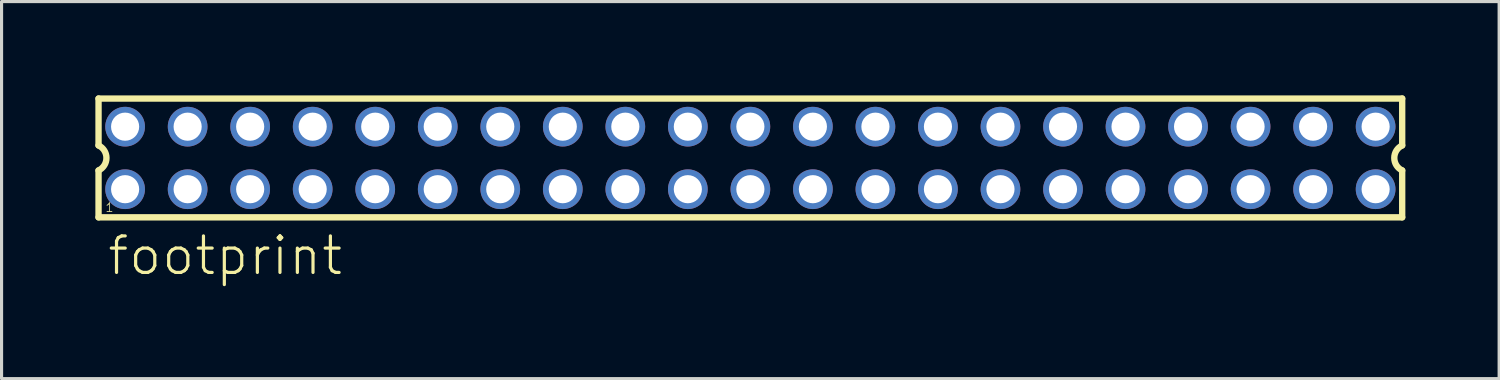
<source format=kicad_pcb>
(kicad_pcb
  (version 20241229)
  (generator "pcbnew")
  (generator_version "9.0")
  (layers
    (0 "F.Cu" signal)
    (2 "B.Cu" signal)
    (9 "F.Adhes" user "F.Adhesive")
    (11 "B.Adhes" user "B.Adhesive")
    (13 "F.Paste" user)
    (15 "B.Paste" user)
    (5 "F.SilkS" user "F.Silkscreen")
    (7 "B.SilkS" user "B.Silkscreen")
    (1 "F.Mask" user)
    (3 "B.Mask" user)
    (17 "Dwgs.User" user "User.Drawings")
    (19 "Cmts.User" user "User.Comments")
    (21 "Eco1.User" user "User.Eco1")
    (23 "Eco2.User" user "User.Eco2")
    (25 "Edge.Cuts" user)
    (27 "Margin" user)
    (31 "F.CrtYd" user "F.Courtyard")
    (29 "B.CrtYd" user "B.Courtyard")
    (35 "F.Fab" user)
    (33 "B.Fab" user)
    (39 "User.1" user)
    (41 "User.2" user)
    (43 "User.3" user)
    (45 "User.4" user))
  (footprint "footprint"
    (layer "F.Cu")
    (at 20.952 2.002)
    (property "Reference" "footprint" (at -20.62 3.81 0) (layer "F.SilkS") (effects (font (size 1.168 1.168) (thickness 0.102)) (justify left bottom)))
    (fp_line (start -20.85 -1.9) (end -20.85 -0.4) (stroke (width 0.203) (type solid)) (layer "F.SilkS"))
    (fp_line (start -20.85 0.4) (end -20.85 1.9) (stroke (width 0.203) (type solid)) (layer "F.SilkS"))
    (fp_line (start -20.85 1.9) (end 20.85 1.9) (stroke (width 0.203) (type solid)) (layer "F.SilkS"))
    (fp_line (start 20.85 -1.9) (end -20.85 -1.9) (stroke (width 0.203) (type solid)) (layer "F.SilkS"))
    (fp_line (start 20.85 -0.4) (end 20.85 -1.9) (stroke (width 0.203) (type solid)) (layer "F.SilkS"))
    (fp_line (start 20.85 1.9) (end 20.85 0.4) (stroke (width 0.203) (type solid)) (layer "F.SilkS"))
    (fp_arc (start -20.85 -0.4) (mid -20.597168 -0.000001) (end -20.849998 0.399999) (stroke (width 0.2032) (type solid)) (layer "F.SilkS"))
    (fp_arc (start 20.85 0.4) (mid 20.597168 0.000001) (end 20.849998 -0.399999) (stroke (width 0.2032) (type solid)) (layer "F.SilkS"))
    (fp_poly (pts (xy -20.25 -0.75) (xy -19.75 -0.75) (xy -19.75 -1.25) (xy -20.25 -1.25)) (stroke (width 0.1) (type solid)) (fill no) (layer "F.Fab"))
    (fp_poly (pts (xy -20.25 1.25) (xy -19.75 1.25) (xy -19.75 0.75) (xy -20.25 0.75)) (stroke (width 0.1) (type solid)) (fill no) (layer "F.Fab"))
    (fp_poly (pts (xy -18.25 -0.75) (xy -17.75 -0.75) (xy -17.75 -1.25) (xy -18.25 -1.25)) (stroke (width 0.1) (type solid)) (fill no) (layer "F.Fab"))
    (fp_poly (pts (xy -18.25 1.25) (xy -17.75 1.25) (xy -17.75 0.75) (xy -18.25 0.75)) (stroke (width 0.1) (type solid)) (fill no) (layer "F.Fab"))
    (fp_poly (pts (xy -16.25 -0.75) (xy -15.75 -0.75) (xy -15.75 -1.25) (xy -16.25 -1.25)) (stroke (width 0.1) (type solid)) (fill no) (layer "F.Fab"))
    (fp_poly (pts (xy -16.25 1.25) (xy -15.75 1.25) (xy -15.75 0.75) (xy -16.25 0.75)) (stroke (width 0.1) (type solid)) (fill no) (layer "F.Fab"))
    (fp_poly (pts (xy -14.25 -0.75) (xy -13.75 -0.75) (xy -13.75 -1.25) (xy -14.25 -1.25)) (stroke (width 0.1) (type solid)) (fill no) (layer "F.Fab"))
    (fp_poly (pts (xy -14.25 1.25) (xy -13.75 1.25) (xy -13.75 0.75) (xy -14.25 0.75)) (stroke (width 0.1) (type solid)) (fill no) (layer "F.Fab"))
    (fp_poly (pts (xy -12.25 -0.75) (xy -11.75 -0.75) (xy -11.75 -1.25) (xy -12.25 -1.25)) (stroke (width 0.1) (type solid)) (fill no) (layer "F.Fab"))
    (fp_poly (pts (xy -12.25 1.25) (xy -11.75 1.25) (xy -11.75 0.75) (xy -12.25 0.75)) (stroke (width 0.1) (type solid)) (fill no) (layer "F.Fab"))
    (fp_poly (pts (xy -10.25 -0.75) (xy -9.75 -0.75) (xy -9.75 -1.25) (xy -10.25 -1.25)) (stroke (width 0.1) (type solid)) (fill no) (layer "F.Fab"))
    (fp_poly (pts (xy -10.25 1.25) (xy -9.75 1.25) (xy -9.75 0.75) (xy -10.25 0.75)) (stroke (width 0.1) (type solid)) (fill no) (layer "F.Fab"))
    (fp_poly (pts (xy -8.25 -0.75) (xy -7.75 -0.75) (xy -7.75 -1.25) (xy -8.25 -1.25)) (stroke (width 0.1) (type solid)) (fill no) (layer "F.Fab"))
    (fp_poly (pts (xy -8.25 1.25) (xy -7.75 1.25) (xy -7.75 0.75) (xy -8.25 0.75)) (stroke (width 0.1) (type solid)) (fill no) (layer "F.Fab"))
    (fp_poly (pts (xy -6.25 -0.75) (xy -5.75 -0.75) (xy -5.75 -1.25) (xy -6.25 -1.25)) (stroke (width 0.1) (type solid)) (fill no) (layer "F.Fab"))
    (fp_poly (pts (xy -6.25 1.25) (xy -5.75 1.25) (xy -5.75 0.75) (xy -6.25 0.75)) (stroke (width 0.1) (type solid)) (fill no) (layer "F.Fab"))
    (fp_poly (pts (xy -4.25 -0.75) (xy -3.75 -0.75) (xy -3.75 -1.25) (xy -4.25 -1.25)) (stroke (width 0.1) (type solid)) (fill no) (layer "F.Fab"))
    (fp_poly (pts (xy -4.25 1.25) (xy -3.75 1.25) (xy -3.75 0.75) (xy -4.25 0.75)) (stroke (width 0.1) (type solid)) (fill no) (layer "F.Fab"))
    (fp_poly (pts (xy -2.25 -0.75) (xy -1.75 -0.75) (xy -1.75 -1.25) (xy -2.25 -1.25)) (stroke (width 0.1) (type solid)) (fill no) (layer "F.Fab"))
    (fp_poly (pts (xy -2.25 1.25) (xy -1.75 1.25) (xy -1.75 0.75) (xy -2.25 0.75)) (stroke (width 0.1) (type solid)) (fill no) (layer "F.Fab"))
    (fp_poly (pts (xy -0.25 -0.75) (xy 0.25 -0.75) (xy 0.25 -1.25) (xy -0.25 -1.25)) (stroke (width 0.1) (type solid)) (fill no) (layer "F.Fab"))
    (fp_poly (pts (xy -0.25 1.25) (xy 0.25 1.25) (xy 0.25 0.75) (xy -0.25 0.75)) (stroke (width 0.1) (type solid)) (fill no) (layer "F.Fab"))
    (fp_poly (pts (xy 1.75 -0.75) (xy 2.25 -0.75) (xy 2.25 -1.25) (xy 1.75 -1.25)) (stroke (width 0.1) (type solid)) (fill no) (layer "F.Fab"))
    (fp_poly (pts (xy 1.75 1.25) (xy 2.25 1.25) (xy 2.25 0.75) (xy 1.75 0.75)) (stroke (width 0.1) (type solid)) (fill no) (layer "F.Fab"))
    (fp_poly (pts (xy 3.75 -0.75) (xy 4.25 -0.75) (xy 4.25 -1.25) (xy 3.75 -1.25)) (stroke (width 0.1) (type solid)) (fill no) (layer "F.Fab"))
    (fp_poly (pts (xy 3.75 1.25) (xy 4.25 1.25) (xy 4.25 0.75) (xy 3.75 0.75)) (stroke (width 0.1) (type solid)) (fill no) (layer "F.Fab"))
    (fp_poly (pts (xy 5.75 -0.75) (xy 6.25 -0.75) (xy 6.25 -1.25) (xy 5.75 -1.25)) (stroke (width 0.1) (type solid)) (fill no) (layer "F.Fab"))
    (fp_poly (pts (xy 5.75 1.25) (xy 6.25 1.25) (xy 6.25 0.75) (xy 5.75 0.75)) (stroke (width 0.1) (type solid)) (fill no) (layer "F.Fab"))
    (fp_poly (pts (xy 7.75 -0.75) (xy 8.25 -0.75) (xy 8.25 -1.25) (xy 7.75 -1.25)) (stroke (width 0.1) (type solid)) (fill no) (layer "F.Fab"))
    (fp_poly (pts (xy 7.75 1.25) (xy 8.25 1.25) (xy 8.25 0.75) (xy 7.75 0.75)) (stroke (width 0.1) (type solid)) (fill no) (layer "F.Fab"))
    (fp_poly (pts (xy 9.75 -0.75) (xy 10.25 -0.75) (xy 10.25 -1.25) (xy 9.75 -1.25)) (stroke (width 0.1) (type solid)) (fill no) (layer "F.Fab"))
    (fp_poly (pts (xy 9.75 1.25) (xy 10.25 1.25) (xy 10.25 0.75) (xy 9.75 0.75)) (stroke (width 0.1) (type solid)) (fill no) (layer "F.Fab"))
    (fp_poly (pts (xy 11.75 -0.75) (xy 12.25 -0.75) (xy 12.25 -1.25) (xy 11.75 -1.25)) (stroke (width 0.1) (type solid)) (fill no) (layer "F.Fab"))
    (fp_poly (pts (xy 11.75 1.25) (xy 12.25 1.25) (xy 12.25 0.75) (xy 11.75 0.75)) (stroke (width 0.1) (type solid)) (fill no) (layer "F.Fab"))
    (fp_poly (pts (xy 13.75 -0.75) (xy 14.25 -0.75) (xy 14.25 -1.25) (xy 13.75 -1.25)) (stroke (width 0.1) (type solid)) (fill no) (layer "F.Fab"))
    (fp_poly (pts (xy 13.75 1.25) (xy 14.25 1.25) (xy 14.25 0.75) (xy 13.75 0.75)) (stroke (width 0.1) (type solid)) (fill no) (layer "F.Fab"))
    (fp_poly (pts (xy 15.75 -0.75) (xy 16.25 -0.75) (xy 16.25 -1.25) (xy 15.75 -1.25)) (stroke (width 0.1) (type solid)) (fill no) (layer "F.Fab"))
    (fp_poly (pts (xy 15.75 1.25) (xy 16.25 1.25) (xy 16.25 0.75) (xy 15.75 0.75)) (stroke (width 0.1) (type solid)) (fill no) (layer "F.Fab"))
    (fp_poly (pts (xy 17.75 -0.75) (xy 18.25 -0.75) (xy 18.25 -1.25) (xy 17.75 -1.25)) (stroke (width 0.1) (type solid)) (fill no) (layer "F.Fab"))
    (fp_poly (pts (xy 17.75 1.25) (xy 18.25 1.25) (xy 18.25 0.75) (xy 17.75 0.75)) (stroke (width 0.1) (type solid)) (fill no) (layer "F.Fab"))
    (fp_poly (pts (xy 19.75 -0.75) (xy 20.25 -0.75) (xy 20.25 -1.25) (xy 19.75 -1.25)) (stroke (width 0.1) (type solid)) (fill no) (layer "F.Fab"))
    (fp_poly (pts (xy 19.75 1.25) (xy 20.25 1.25) (xy 20.25 0.75) (xy 19.75 0.75)) (stroke (width 0.1) (type solid)) (fill no) (layer "F.Fab"))
    (fp_text user "1" (at -20.65 1.75 0) (layer "F.SilkS") (effects (font (size 0.28 0.28) (thickness 0.024)) (justify left bottom)))
    (pad "1" thru_hole circle (at -20 1) (size 1.27 1.27) (drill 0.9) (layers "*.Cu" "*.Mask"))
    (pad "2" thru_hole circle (at -20 -1) (size 1.27 1.27) (drill 0.9) (layers "*.Cu" "*.Mask"))
    (pad "3" thru_hole circle (at -18 1) (size 1.27 1.27) (drill 0.9) (layers "*.Cu" "*.Mask"))
    (pad "4" thru_hole circle (at -18 -1) (size 1.27 1.27) (drill 0.9) (layers "*.Cu" "*.Mask"))
    (pad "5" thru_hole circle (at -16 1) (size 1.27 1.27) (drill 0.9) (layers "*.Cu" "*.Mask"))
    (pad "6" thru_hole circle (at -16 -1) (size 1.27 1.27) (drill 0.9) (layers "*.Cu" "*.Mask"))
    (pad "7" thru_hole circle (at -14 1) (size 1.27 1.27) (drill 0.9) (layers "*.Cu" "*.Mask"))
    (pad "8" thru_hole circle (at -14 -1) (size 1.27 1.27) (drill 0.9) (layers "*.Cu" "*.Mask"))
    (pad "9" thru_hole circle (at -12 1) (size 1.27 1.27) (drill 0.9) (layers "*.Cu" "*.Mask"))
    (pad "10" thru_hole circle (at -12 -1) (size 1.27 1.27) (drill 0.9) (layers "*.Cu" "*.Mask"))
    (pad "11" thru_hole circle (at -10 1) (size 1.27 1.27) (drill 0.9) (layers "*.Cu" "*.Mask"))
    (pad "12" thru_hole circle (at -10 -1) (size 1.27 1.27) (drill 0.9) (layers "*.Cu" "*.Mask"))
    (pad "13" thru_hole circle (at -8 1) (size 1.27 1.27) (drill 0.9) (layers "*.Cu" "*.Mask"))
    (pad "14" thru_hole circle (at -8 -1) (size 1.27 1.27) (drill 0.9) (layers "*.Cu" "*.Mask"))
    (pad "15" thru_hole circle (at -6 1) (size 1.27 1.27) (drill 0.9) (layers "*.Cu" "*.Mask"))
    (pad "16" thru_hole circle (at -6 -1) (size 1.27 1.27) (drill 0.9) (layers "*.Cu" "*.Mask"))
    (pad "17" thru_hole circle (at -4 1) (size 1.27 1.27) (drill 0.9) (layers "*.Cu" "*.Mask"))
    (pad "18" thru_hole circle (at -4 -1) (size 1.27 1.27) (drill 0.9) (layers "*.Cu" "*.Mask"))
    (pad "19" thru_hole circle (at -2 1) (size 1.27 1.27) (drill 0.9) (layers "*.Cu" "*.Mask"))
    (pad "20" thru_hole circle (at -2 -1) (size 1.27 1.27) (drill 0.9) (layers "*.Cu" "*.Mask"))
    (pad "21" thru_hole circle (at 0 1) (size 1.27 1.27) (drill 0.9) (layers "*.Cu" "*.Mask"))
    (pad "22" thru_hole circle (at 0 -1) (size 1.27 1.27) (drill 0.9) (layers "*.Cu" "*.Mask"))
    (pad "23" thru_hole circle (at 2 1) (size 1.27 1.27) (drill 0.9) (layers "*.Cu" "*.Mask"))
    (pad "24" thru_hole circle (at 2 -1) (size 1.27 1.27) (drill 0.9) (layers "*.Cu" "*.Mask"))
    (pad "25" thru_hole circle (at 4 1) (size 1.27 1.27) (drill 0.9) (layers "*.Cu" "*.Mask"))
    (pad "26" thru_hole circle (at 4 -1) (size 1.27 1.27) (drill 0.9) (layers "*.Cu" "*.Mask"))
    (pad "27" thru_hole circle (at 6 1) (size 1.27 1.27) (drill 0.9) (layers "*.Cu" "*.Mask"))
    (pad "28" thru_hole circle (at 6 -1) (size 1.27 1.27) (drill 0.9) (layers "*.Cu" "*.Mask"))
    (pad "29" thru_hole circle (at 8 1) (size 1.27 1.27) (drill 0.9) (layers "*.Cu" "*.Mask"))
    (pad "30" thru_hole circle (at 8 -1) (size 1.27 1.27) (drill 0.9) (layers "*.Cu" "*.Mask"))
    (pad "31" thru_hole circle (at 10 1) (size 1.27 1.27) (drill 0.9) (layers "*.Cu" "*.Mask"))
    (pad "32" thru_hole circle (at 10 -1) (size 1.27 1.27) (drill 0.9) (layers "*.Cu" "*.Mask"))
    (pad "33" thru_hole circle (at 12 1) (size 1.27 1.27) (drill 0.9) (layers "*.Cu" "*.Mask"))
    (pad "34" thru_hole circle (at 12 -1) (size 1.27 1.27) (drill 0.9) (layers "*.Cu" "*.Mask"))
    (pad "35" thru_hole circle (at 14 1) (size 1.27 1.27) (drill 0.9) (layers "*.Cu" "*.Mask"))
    (pad "36" thru_hole circle (at 14 -1) (size 1.27 1.27) (drill 0.9) (layers "*.Cu" "*.Mask"))
    (pad "37" thru_hole circle (at 16 1) (size 1.27 1.27) (drill 0.9) (layers "*.Cu" "*.Mask"))
    (pad "38" thru_hole circle (at 16 -1) (size 1.27 1.27) (drill 0.9) (layers "*.Cu" "*.Mask"))
    (pad "39" thru_hole circle (at 18 1) (size 1.27 1.27) (drill 0.9) (layers "*.Cu" "*.Mask"))
    (pad "40" thru_hole circle (at 18 -1) (size 1.27 1.27) (drill 0.9) (layers "*.Cu" "*.Mask"))
    (pad "41" thru_hole circle (at 20 1) (size 1.27 1.27) (drill 0.9) (layers "*.Cu" "*.Mask"))
    (pad "42" thru_hole circle (at 20 -1) (size 1.27 1.27) (drill 0.9) (layers "*.Cu" "*.Mask")))
  (gr_rect
    (start -3 -3)
    (end 44.903 9.062)
    (stroke (width 0.1) (type default))
    (fill no)
    (layer "Edge.Cuts")))
</source>
